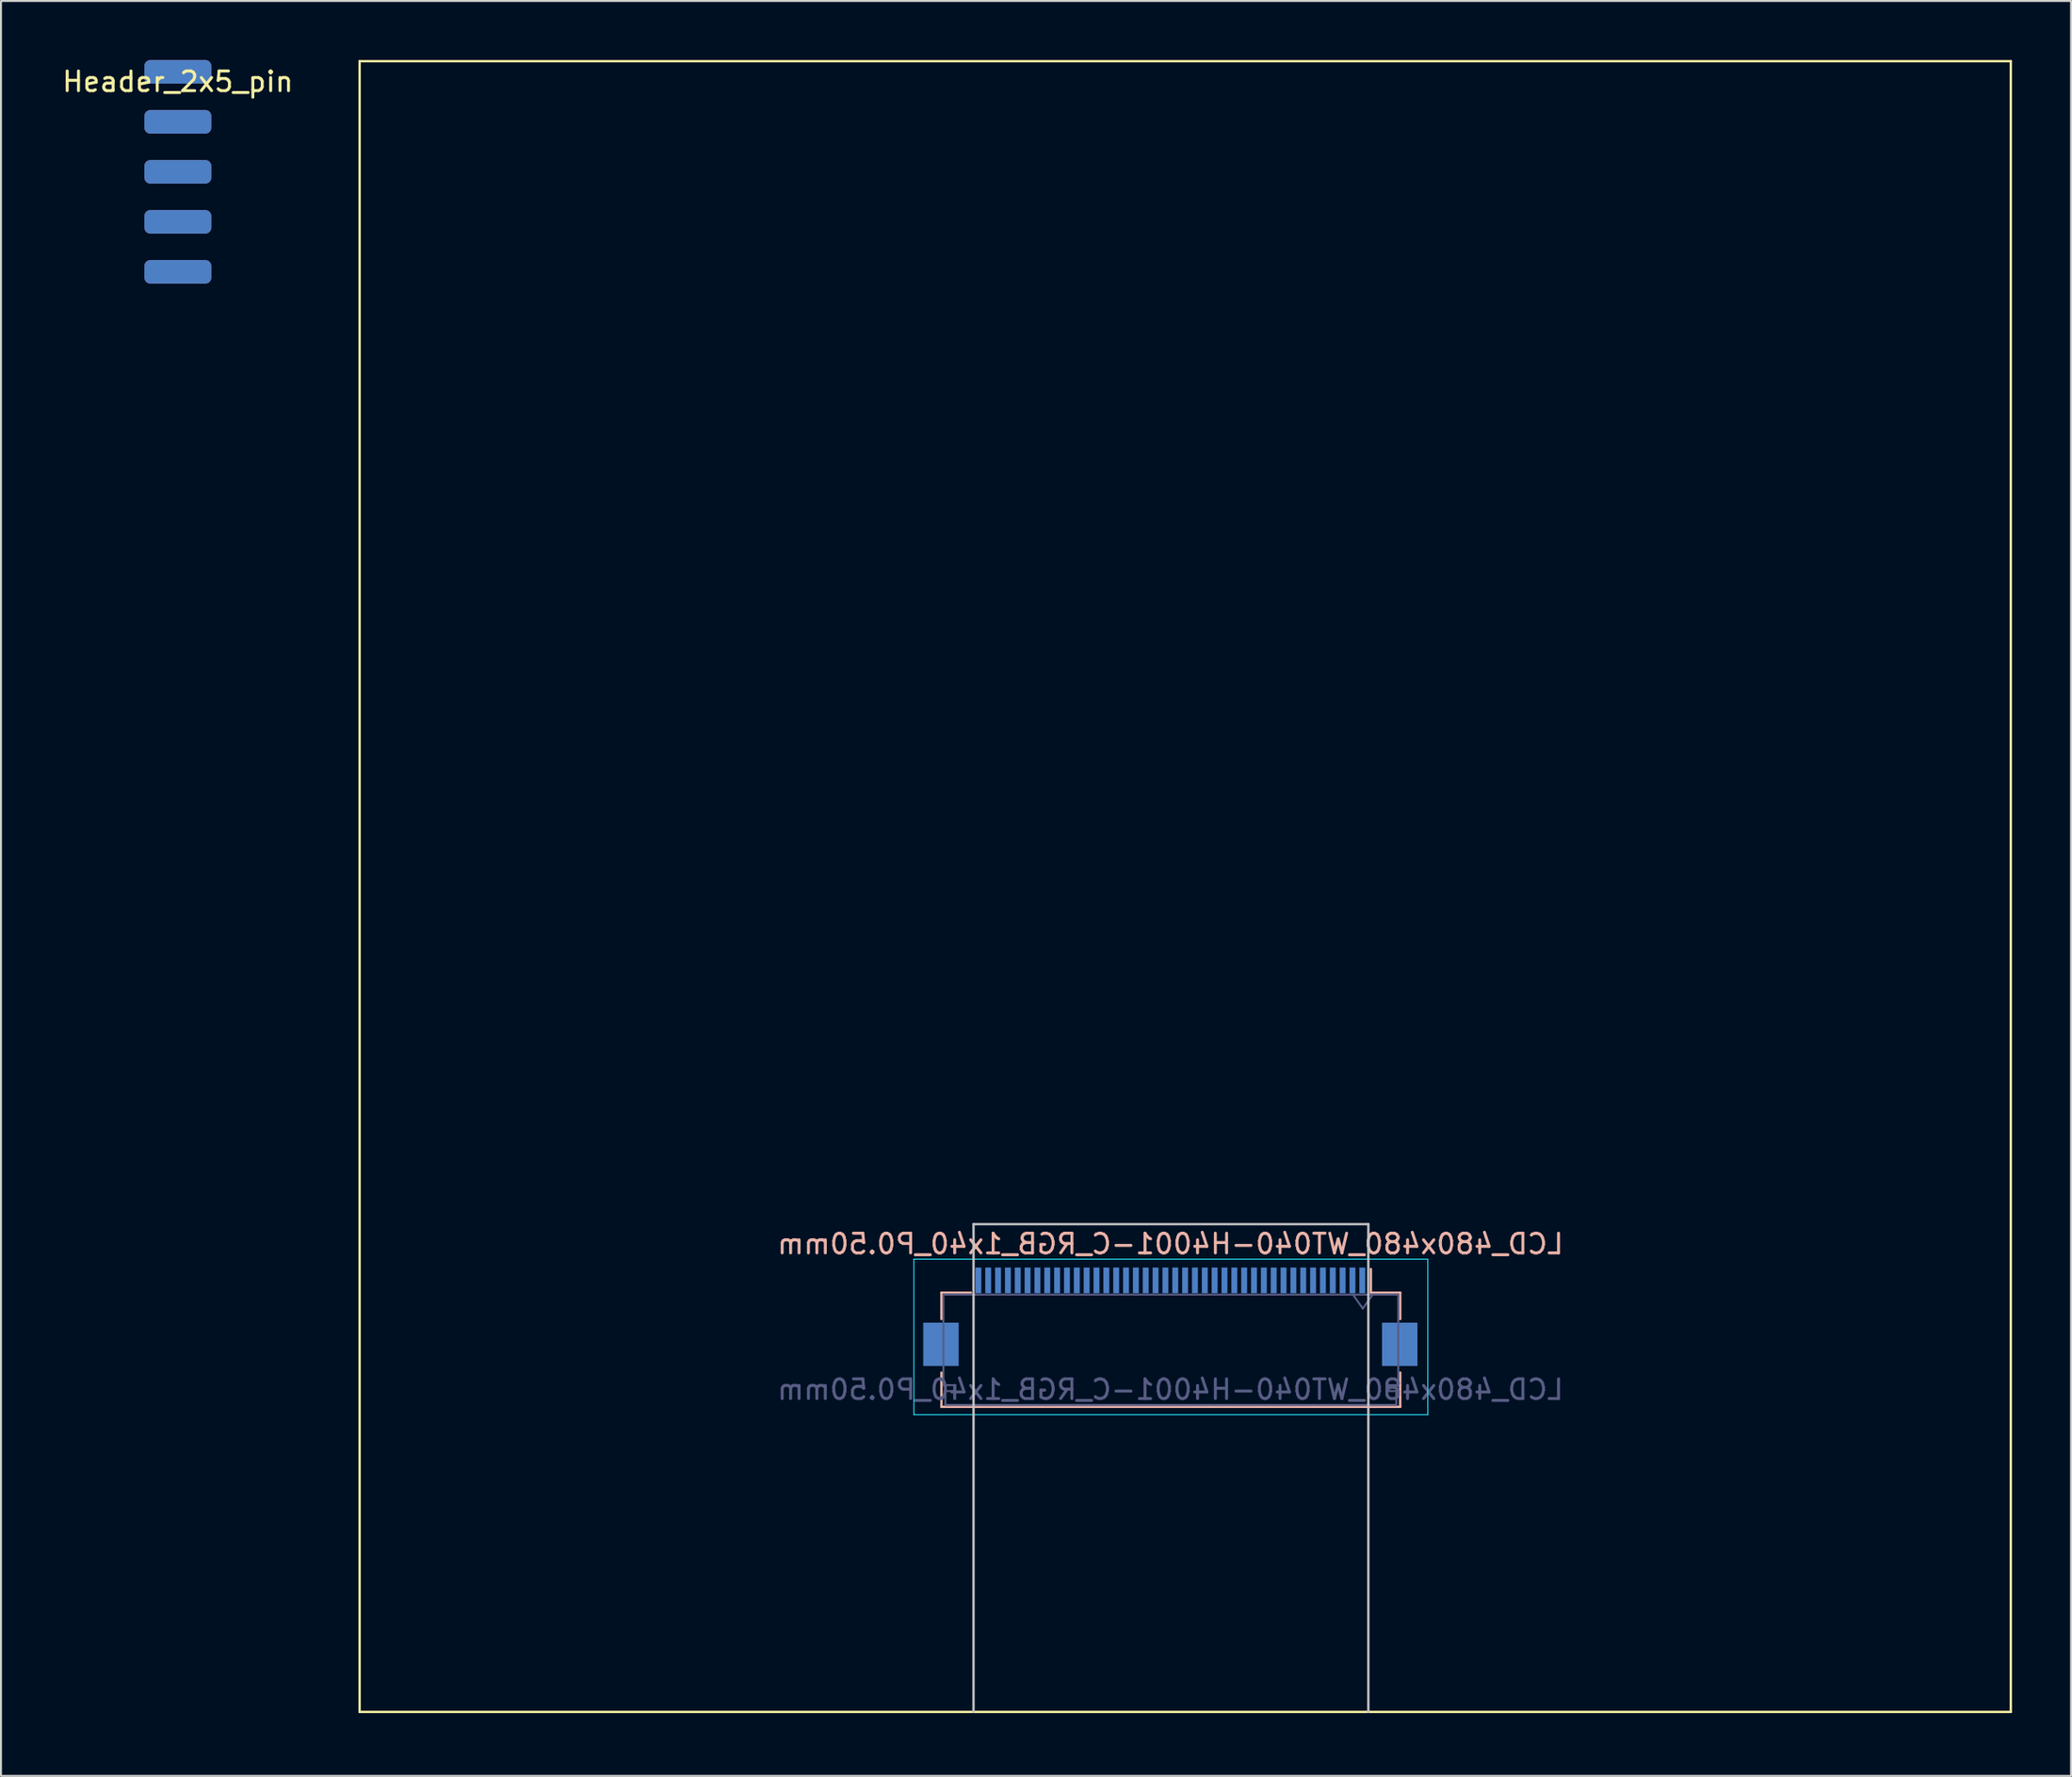
<source format=kicad_pcb>
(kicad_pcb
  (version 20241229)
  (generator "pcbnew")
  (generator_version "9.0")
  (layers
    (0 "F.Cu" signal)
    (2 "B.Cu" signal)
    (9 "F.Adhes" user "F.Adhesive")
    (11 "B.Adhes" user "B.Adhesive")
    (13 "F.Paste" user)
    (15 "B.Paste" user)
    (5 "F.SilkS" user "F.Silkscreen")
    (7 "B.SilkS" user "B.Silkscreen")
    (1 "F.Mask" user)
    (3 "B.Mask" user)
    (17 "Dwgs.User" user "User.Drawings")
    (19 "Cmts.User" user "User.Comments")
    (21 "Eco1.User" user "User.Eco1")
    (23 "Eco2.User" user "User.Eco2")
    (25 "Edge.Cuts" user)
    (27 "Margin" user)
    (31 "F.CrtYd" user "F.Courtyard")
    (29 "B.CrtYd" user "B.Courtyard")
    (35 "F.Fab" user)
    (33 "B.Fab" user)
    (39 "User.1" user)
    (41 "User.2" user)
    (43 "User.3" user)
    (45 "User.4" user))
  (footprint "Header_2x5_pin"
    (layer "F.Cu")
    (at 5.982 0.6)
    (property "Reference" "Header_2x5_pin" (at 0 0.5 0) (layer "F.SilkS") (effects (font (size 1 1) (thickness 0.15))))
    (attr through_hole)
    (pad "1" smd roundrect (at 0 0) (size 3.4 1.2) (layers "F.Cu" "F.Mask" "F.Paste") (roundrect_rratio 0.25))
    (pad "2" smd roundrect (at 0 2.54) (size 3.4 1.2) (layers "F.Cu" "F.Mask" "F.Paste") (roundrect_rratio 0.25))
    (pad "3" smd roundrect (at 0 5.08) (size 3.4 1.2) (layers "F.Cu" "F.Mask" "F.Paste") (roundrect_rratio 0.25))
    (pad "4" smd roundrect (at 0 7.62) (size 3.4 1.2) (layers "F.Cu" "F.Mask" "F.Paste") (roundrect_rratio 0.25))
    (pad "5" smd roundrect (at 0 10.16) (size 3.4 1.2) (layers "F.Cu" "F.Mask" "F.Paste") (roundrect_rratio 0.25))
    (pad "6" smd roundrect (at 0 10.16) (size 3.4 1.2) (layers "B.Cu" "B.Mask" "B.Paste") (roundrect_rratio 0.25))
    (pad "7" smd roundrect (at 0 7.62) (size 3.4 1.2) (layers "B.Cu" "B.Mask" "B.Paste") (roundrect_rratio 0.25))
    (pad "8" smd roundrect (at 0 5.08) (size 3.4 1.2) (layers "B.Cu" "B.Mask" "B.Paste") (roundrect_rratio 0.25))
    (pad "9" smd roundrect (at 0 2.54) (size 3.4 1.2) (layers "B.Cu" "B.Mask" "B.Paste") (roundrect_rratio 0.25))
    (pad "10" smd roundrect (at 0 0) (size 3.4 1.2) (layers "B.Cu" "B.Mask" "B.Paste") (roundrect_rratio 0.25)))
  (footprint "LCD_480x480_WT040-H4001-C_RGB_1x40_P0.50mm"
    (layer "F.Cu")
    (at 15.214 83.92)
    (property "Reference" "LCD_480x480_WT040-H4001-C_RGB_1x40_P0.50mm" (at 41.175 -23.775 180) (layer "B.SilkS") (effects (font (size 1 1) (thickness 0.15)) (justify mirror)))
    (attr smd)
    (fp_line (start 0 -83.86) (end 83.86 -83.86) (stroke (width 0.12) (type solid)) (layer "F.SilkS"))
    (fp_line (start 0 0) (end 0 -83.86) (stroke (width 0.12) (type solid)) (layer "F.SilkS"))
    (fp_line (start 83.86 -83.86) (end 83.86 0) (stroke (width 0.12) (type solid)) (layer "F.SilkS"))
    (fp_line (start 83.86 0) (end 0 0) (stroke (width 0.12) (type solid)) (layer "F.SilkS"))
    (fp_line (start 29.55 -21.3) (end 29.55 -19.96) (stroke (width 0.12) (type solid)) (layer "B.SilkS"))
    (fp_line (start 29.55 -15.5) (end 29.55 -17.24) (stroke (width 0.12) (type solid)) (layer "B.SilkS"))
    (fp_line (start 31.04 -21.3) (end 29.55 -21.3) (stroke (width 0.12) (type solid)) (layer "B.SilkS"))
    (fp_line (start 51.36 -21.3) (end 51.36 -22.5) (stroke (width 0.12) (type solid)) (layer "B.SilkS"))
    (fp_line (start 51.36 -21.3) (end 52.85 -21.3) (stroke (width 0.12) (type solid)) (layer "B.SilkS"))
    (fp_line (start 52.85 -21.3) (end 52.85 -19.96) (stroke (width 0.12) (type solid)) (layer "B.SilkS"))
    (fp_line (start 52.85 -17.24) (end 52.85 -15.5) (stroke (width 0.12) (type solid)) (layer "B.SilkS"))
    (fp_line (start 52.85 -15.5) (end 29.55 -15.5) (stroke (width 0.12) (type solid)) (layer "B.SilkS"))
    (fp_line (start 31.18 -24.78) (end 51.23 -24.78) (stroke (width 0.12) (type solid)) (layer "Dwgs.User"))
    (fp_line (start 31.18 0) (end 31.18 -24.78) (stroke (width 0.12) (type solid)) (layer "Dwgs.User"))
    (fp_line (start 51.23 0) (end 51.23 -24.78) (stroke (width 0.12) (type solid)) (layer "Dwgs.User"))
    (fp_line (start 28.15 -23) (end 54.25 -23) (stroke (width 0.05) (type solid)) (layer "B.CrtYd"))
    (fp_line (start 28.15 -15.1) (end 28.15 -23) (stroke (width 0.05) (type solid)) (layer "B.CrtYd"))
    (fp_line (start 54.25 -23) (end 54.25 -15.1) (stroke (width 0.05) (type solid)) (layer "B.CrtYd"))
    (fp_line (start 54.25 -15.1) (end 28.15 -15.1) (stroke (width 0.05) (type solid)) (layer "B.CrtYd"))
    (fp_line (start 29.65 -21.2) (end 29.65 -16.6) (stroke (width 0.1) (type solid)) (layer "B.Fab"))
    (fp_line (start 29.65 -16.6) (end 30.25 -16.6) (stroke (width 0.1) (type solid)) (layer "B.Fab"))
    (fp_line (start 29.75 -16.3) (end 29.75 -15.6) (stroke (width 0.1) (type solid)) (layer "B.Fab"))
    (fp_line (start 29.75 -15.6) (end 41.2 -15.6) (stroke (width 0.1) (type solid)) (layer "B.Fab"))
    (fp_line (start 30.25 -16.6) (end 30.25 -16.3) (stroke (width 0.1) (type solid)) (layer "B.Fab"))
    (fp_line (start 30.25 -16.3) (end 29.75 -16.3) (stroke (width 0.1) (type solid)) (layer "B.Fab"))
    (fp_line (start 41.2 -21.2) (end 29.65 -21.2) (stroke (width 0.1) (type solid)) (layer "B.Fab"))
    (fp_line (start 41.2 -21.2) (end 52.75 -21.2) (stroke (width 0.1) (type solid)) (layer "B.Fab"))
    (fp_line (start 50.95 -20.493) (end 50.45 -21.2) (stroke (width 0.1) (type solid)) (layer "B.Fab"))
    (fp_line (start 51.45 -21.2) (end 50.95 -20.493) (stroke (width 0.1) (type solid)) (layer "B.Fab"))
    (fp_line (start 52.15 -16.6) (end 52.15 -16.3) (stroke (width 0.1) (type solid)) (layer "B.Fab"))
    (fp_line (start 52.15 -16.3) (end 52.65 -16.3) (stroke (width 0.1) (type solid)) (layer "B.Fab"))
    (fp_line (start 52.65 -16.3) (end 52.65 -15.6) (stroke (width 0.1) (type solid)) (layer "B.Fab"))
    (fp_line (start 52.65 -15.6) (end 41.2 -15.6) (stroke (width 0.1) (type solid)) (layer "B.Fab"))
    (fp_line (start 52.75 -21.2) (end 52.75 -16.6) (stroke (width 0.1) (type solid)) (layer "B.Fab"))
    (fp_line (start 52.75 -16.6) (end 52.15 -16.6) (stroke (width 0.1) (type solid)) (layer "B.Fab"))
    (fp_text user "${REFERENCE}" (at 41.175 -16.375 180) (layer "B.Fab") (effects (font (size 1 1) (thickness 0.15)) (justify mirror)))
    (pad "1" smd rect (at 31.425 -21.925 180) (size 0.3 1.3) (layers "B.Cu" "B.Mask" "B.Paste"))
    (pad "2" smd rect (at 31.925 -21.925 180) (size 0.3 1.3) (layers "B.Cu" "B.Mask" "B.Paste"))
    (pad "3" smd rect (at 32.425 -21.925 180) (size 0.3 1.3) (layers "B.Cu" "B.Mask" "B.Paste"))
    (pad "4" smd rect (at 32.925 -21.925 180) (size 0.3 1.3) (layers "B.Cu" "B.Mask" "B.Paste"))
    (pad "5" smd rect (at 33.425 -21.925 180) (size 0.3 1.3) (layers "B.Cu" "B.Mask" "B.Paste"))
    (pad "6" smd rect (at 33.925 -21.925 180) (size 0.3 1.3) (layers "B.Cu" "B.Mask" "B.Paste"))
    (pad "7" smd rect (at 34.425 -21.925 180) (size 0.3 1.3) (layers "B.Cu" "B.Mask" "B.Paste"))
    (pad "8" smd rect (at 34.925 -21.925 180) (size 0.3 1.3) (layers "B.Cu" "B.Mask" "B.Paste"))
    (pad "9" smd rect (at 35.425 -21.925 180) (size 0.3 1.3) (layers "B.Cu" "B.Mask" "B.Paste"))
    (pad "10" smd rect (at 35.925 -21.925 180) (size 0.3 1.3) (layers "B.Cu" "B.Mask" "B.Paste"))
    (pad "11" smd rect (at 36.425 -21.925 180) (size 0.3 1.3) (layers "B.Cu" "B.Mask" "B.Paste"))
    (pad "12" smd rect (at 36.925 -21.925 180) (size 0.3 1.3) (layers "B.Cu" "B.Mask" "B.Paste"))
    (pad "13" smd rect (at 37.425 -21.925 180) (size 0.3 1.3) (layers "B.Cu" "B.Mask" "B.Paste"))
    (pad "14" smd rect (at 37.925 -21.925 180) (size 0.3 1.3) (layers "B.Cu" "B.Mask" "B.Paste"))
    (pad "15" smd rect (at 38.425 -21.925 180) (size 0.3 1.3) (layers "B.Cu" "B.Mask" "B.Paste"))
    (pad "16" smd rect (at 38.925 -21.925 180) (size 0.3 1.3) (layers "B.Cu" "B.Mask" "B.Paste"))
    (pad "17" smd rect (at 39.425 -21.925 180) (size 0.3 1.3) (layers "B.Cu" "B.Mask" "B.Paste"))
    (pad "18" smd rect (at 39.925 -21.925 180) (size 0.3 1.3) (layers "B.Cu" "B.Mask" "B.Paste"))
    (pad "19" smd rect (at 40.425 -21.925 180) (size 0.3 1.3) (layers "B.Cu" "B.Mask" "B.Paste"))
    (pad "20" smd rect (at 40.925 -21.925 180) (size 0.3 1.3) (layers "B.Cu" "B.Mask" "B.Paste"))
    (pad "21" smd rect (at 41.425 -21.925 180) (size 0.3 1.3) (layers "B.Cu" "B.Mask" "B.Paste"))
    (pad "22" smd rect (at 41.925 -21.925 180) (size 0.3 1.3) (layers "B.Cu" "B.Mask" "B.Paste"))
    (pad "23" smd rect (at 42.425 -21.925 180) (size 0.3 1.3) (layers "B.Cu" "B.Mask" "B.Paste"))
    (pad "24" smd rect (at 42.925 -21.925 180) (size 0.3 1.3) (layers "B.Cu" "B.Mask" "B.Paste"))
    (pad "25" smd rect (at 43.425 -21.925 180) (size 0.3 1.3) (layers "B.Cu" "B.Mask" "B.Paste"))
    (pad "26" smd rect (at 43.925 -21.925 180) (size 0.3 1.3) (layers "B.Cu" "B.Mask" "B.Paste"))
    (pad "27" smd rect (at 44.425 -21.925 180) (size 0.3 1.3) (layers "B.Cu" "B.Mask" "B.Paste"))
    (pad "28" smd rect (at 44.925 -21.925 180) (size 0.3 1.3) (layers "B.Cu" "B.Mask" "B.Paste"))
    (pad "29" smd rect (at 45.425 -21.925 180) (size 0.3 1.3) (layers "B.Cu" "B.Mask" "B.Paste"))
    (pad "30" smd rect (at 45.925 -21.925 180) (size 0.3 1.3) (layers "B.Cu" "B.Mask" "B.Paste"))
    (pad "31" smd rect (at 46.425 -21.925 180) (size 0.3 1.3) (layers "B.Cu" "B.Mask" "B.Paste"))
    (pad "32" smd rect (at 46.925 -21.925 180) (size 0.3 1.3) (layers "B.Cu" "B.Mask" "B.Paste"))
    (pad "33" smd rect (at 47.425 -21.925 180) (size 0.3 1.3) (layers "B.Cu" "B.Mask" "B.Paste"))
    (pad "34" smd rect (at 47.925 -21.925 180) (size 0.3 1.3) (layers "B.Cu" "B.Mask" "B.Paste"))
    (pad "35" smd rect (at 48.425 -21.925 180) (size 0.3 1.3) (layers "B.Cu" "B.Mask" "B.Paste"))
    (pad "36" smd rect (at 48.925 -21.925 180) (size 0.3 1.3) (layers "B.Cu" "B.Mask" "B.Paste"))
    (pad "37" smd rect (at 49.425 -21.925 180) (size 0.3 1.3) (layers "B.Cu" "B.Mask" "B.Paste"))
    (pad "38" smd rect (at 49.925 -21.925 180) (size 0.3 1.3) (layers "B.Cu" "B.Mask" "B.Paste"))
    (pad "39" smd rect (at 50.425 -21.925 180) (size 0.3 1.3) (layers "B.Cu" "B.Mask" "B.Paste"))
    (pad "40" smd rect (at 50.925 -21.925 180) (size 0.3 1.3) (layers "B.Cu" "B.Mask" "B.Paste"))
    (pad "MP" smd rect (at 29.525 -18.675 180) (size 1.8 2.2) (layers "B.Cu" "B.Mask" "B.Paste"))
    (pad "MP" smd rect (at 52.825 -18.675 180) (size 1.8 2.2) (layers "B.Cu" "B.Mask" "B.Paste")))
  (gr_rect
    (start -3 -3)
    (end 102.134 87.17)
    (stroke (width 0.1) (type default))
    (fill no)
    (layer "Edge.Cuts")))
</source>
